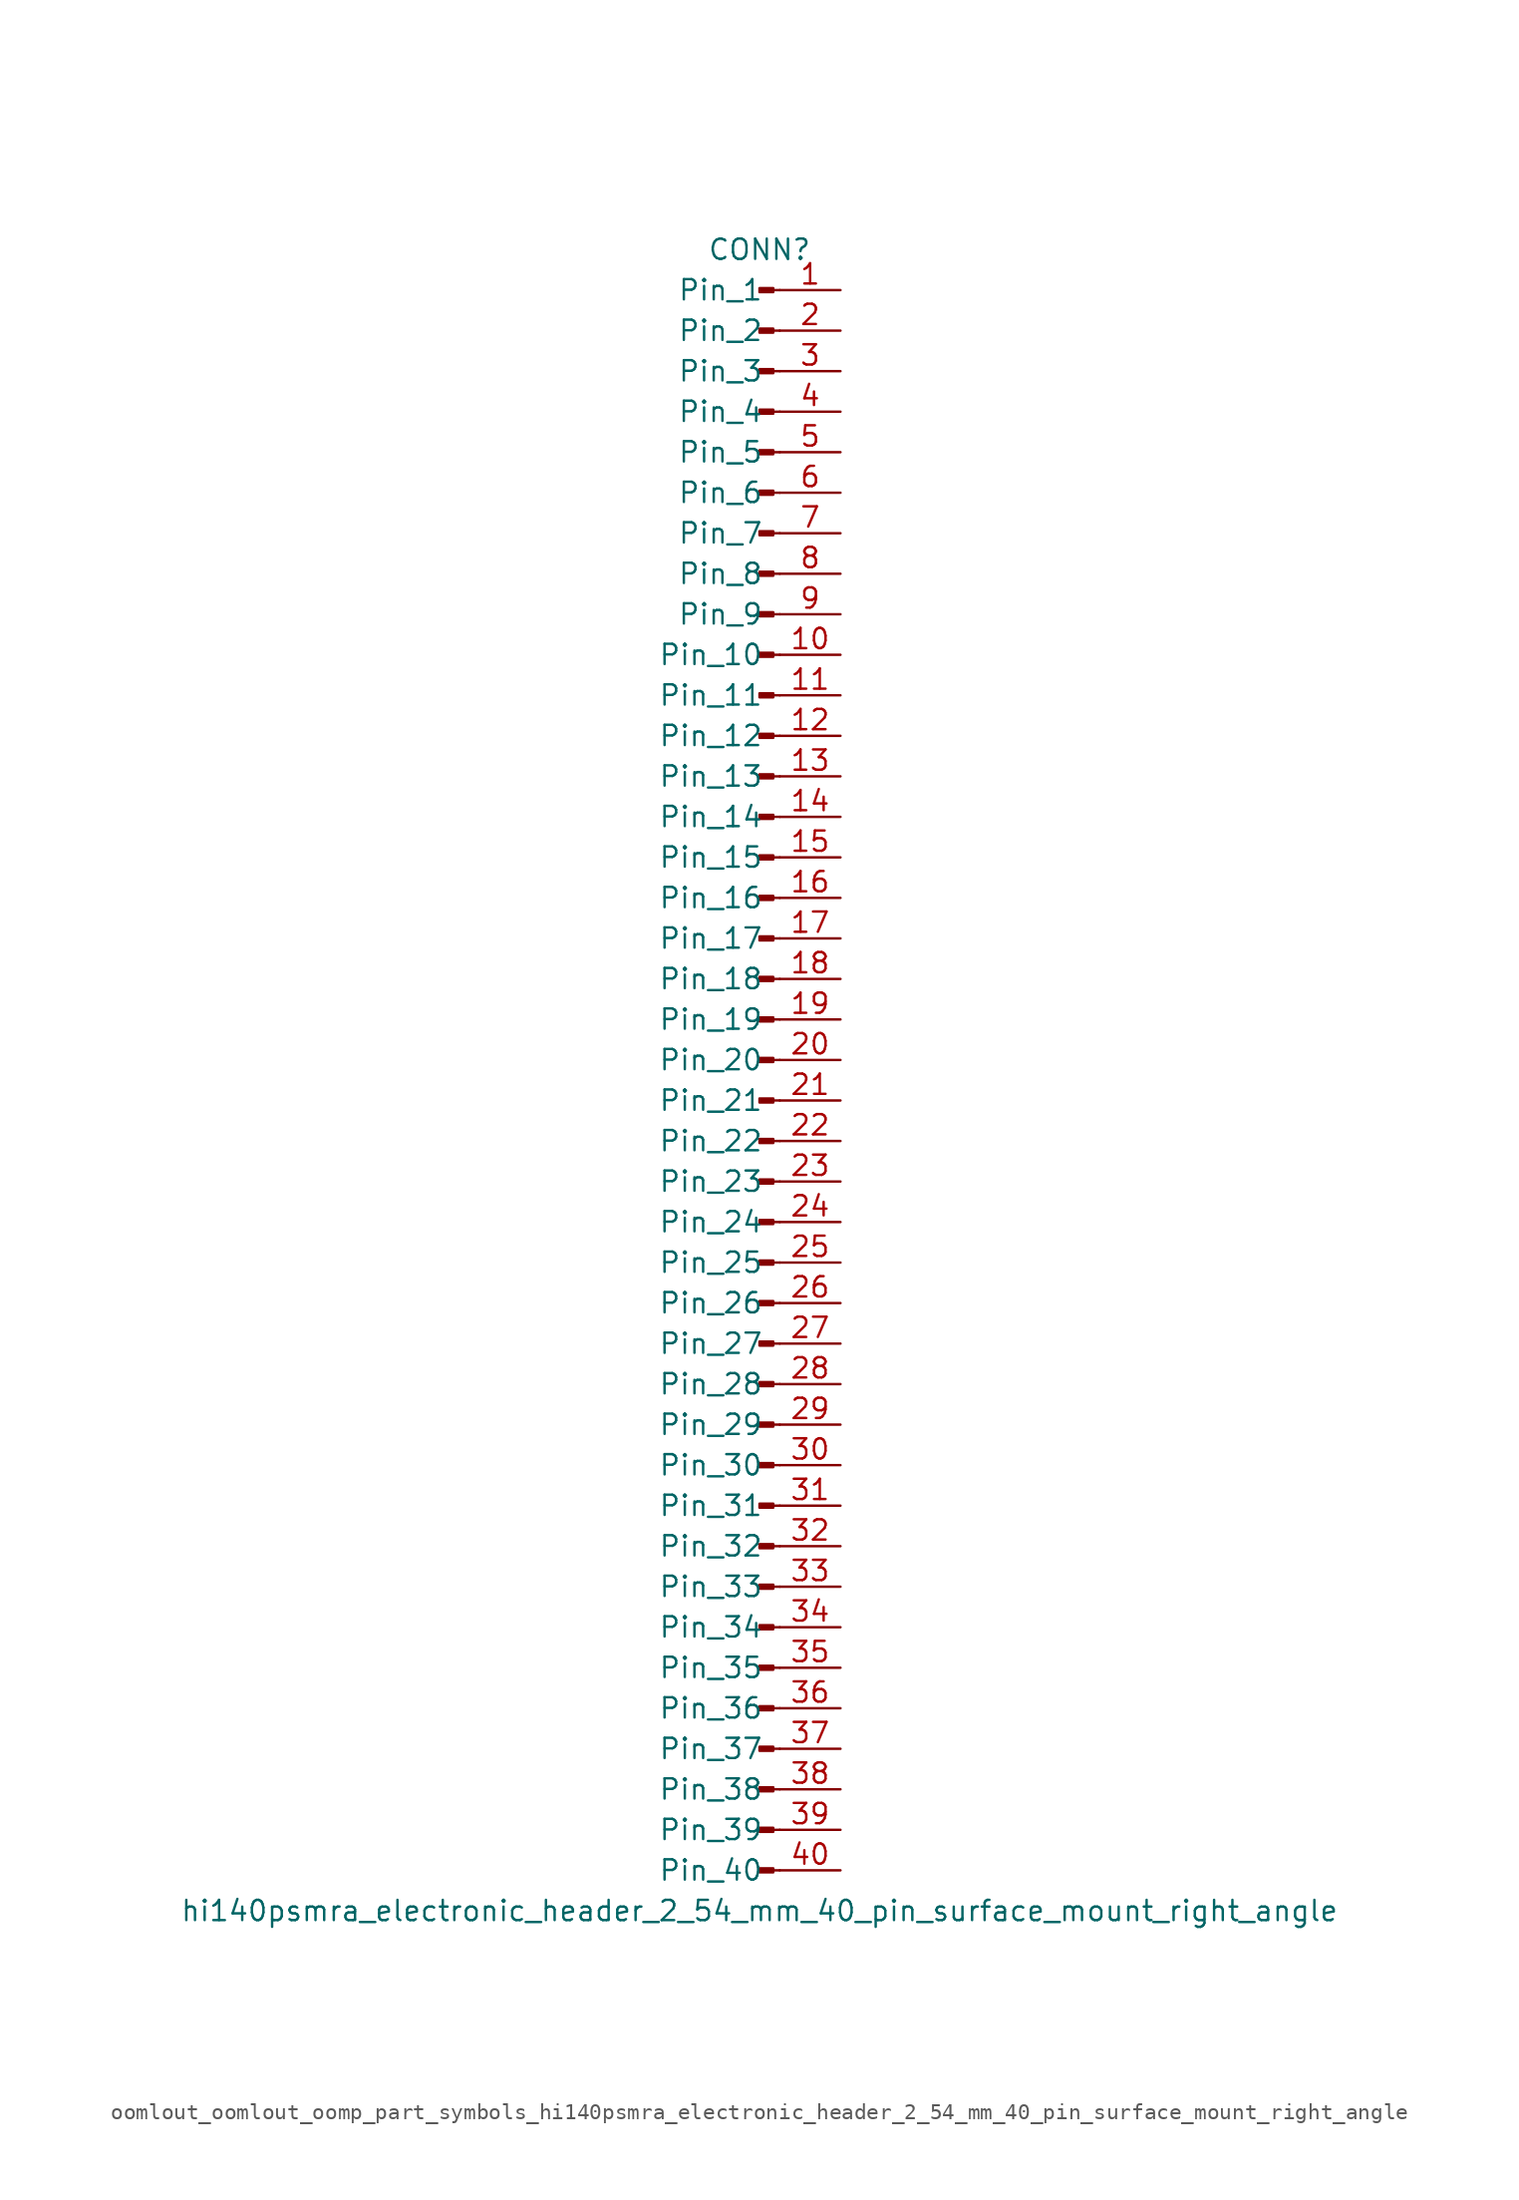
<source format=kicad_sym>
(kicad_symbol_lib
  (version 20220914)
  (generator kicad_symbol_editor)
  (symbol "oomlout_oomlout_oomp_part_symbols_hi140psmra_electronic_header_2_54_mm_40_pin_surface_mount_right_angle"
    (pin_names
      (offset 1.016))
    (property "Reference" "CONN"
      (at 0 50.8 0)
      (effects (font (size 1.27 1.27))))
    (property "Value" "hi140psmra_electronic_header_2_54_mm_40_pin_surface_mount_right_angle"
      (at 0 -53.34 0)
      (effects (font (size 1.27 1.27))))
    (property "ki_locked" ""
      (at 0 0 0)
      (effects (font (size 1.27 1.27))))
    (symbol "oomlout_oomlout_oomp_part_symbols_hi140psmra_electronic_header_2_54_mm_40_pin_surface_mount_right_angle_1_1"
      (polyline (pts (xy 1.27 -50.8) (xy 0.864 -50.8)) (stroke (width 0.152) (type default)) (fill (type none)))
      (polyline (pts (xy 1.27 -48.26) (xy 0.864 -48.26)) (stroke (width 0.152) (type default)) (fill (type none)))
      (polyline (pts (xy 1.27 -45.72) (xy 0.864 -45.72)) (stroke (width 0.152) (type default)) (fill (type none)))
      (polyline (pts (xy 1.27 -43.18) (xy 0.864 -43.18)) (stroke (width 0.152) (type default)) (fill (type none)))
      (polyline (pts (xy 1.27 -40.64) (xy 0.864 -40.64)) (stroke (width 0.152) (type default)) (fill (type none)))
      (polyline (pts (xy 1.27 -38.1) (xy 0.864 -38.1)) (stroke (width 0.152) (type default)) (fill (type none)))
      (polyline (pts (xy 1.27 -35.56) (xy 0.864 -35.56)) (stroke (width 0.152) (type default)) (fill (type none)))
      (polyline (pts (xy 1.27 -33.02) (xy 0.864 -33.02)) (stroke (width 0.152) (type default)) (fill (type none)))
      (polyline (pts (xy 1.27 -30.48) (xy 0.864 -30.48)) (stroke (width 0.152) (type default)) (fill (type none)))
      (polyline (pts (xy 1.27 -27.94) (xy 0.864 -27.94)) (stroke (width 0.152) (type default)) (fill (type none)))
      (polyline (pts (xy 1.27 -25.4) (xy 0.864 -25.4)) (stroke (width 0.152) (type default)) (fill (type none)))
      (polyline (pts (xy 1.27 -22.86) (xy 0.864 -22.86)) (stroke (width 0.152) (type default)) (fill (type none)))
      (polyline (pts (xy 1.27 -20.32) (xy 0.864 -20.32)) (stroke (width 0.152) (type default)) (fill (type none)))
      (polyline (pts (xy 1.27 -17.78) (xy 0.864 -17.78)) (stroke (width 0.152) (type default)) (fill (type none)))
      (polyline (pts (xy 1.27 -15.24) (xy 0.864 -15.24)) (stroke (width 0.152) (type default)) (fill (type none)))
      (polyline (pts (xy 1.27 -12.7) (xy 0.864 -12.7)) (stroke (width 0.152) (type default)) (fill (type none)))
      (polyline (pts (xy 1.27 -10.16) (xy 0.864 -10.16)) (stroke (width 0.152) (type default)) (fill (type none)))
      (polyline (pts (xy 1.27 -7.62) (xy 0.864 -7.62)) (stroke (width 0.152) (type default)) (fill (type none)))
      (polyline (pts (xy 1.27 -5.08) (xy 0.864 -5.08)) (stroke (width 0.152) (type default)) (fill (type none)))
      (polyline (pts (xy 1.27 -2.54) (xy 0.864 -2.54)) (stroke (width 0.152) (type default)) (fill (type none)))
      (polyline (pts (xy 1.27 0) (xy 0.864 0)) (stroke (width 0.152) (type default)) (fill (type none)))
      (polyline (pts (xy 1.27 2.54) (xy 0.864 2.54)) (stroke (width 0.152) (type default)) (fill (type none)))
      (polyline (pts (xy 1.27 5.08) (xy 0.864 5.08)) (stroke (width 0.152) (type default)) (fill (type none)))
      (polyline (pts (xy 1.27 7.62) (xy 0.864 7.62)) (stroke (width 0.152) (type default)) (fill (type none)))
      (polyline (pts (xy 1.27 10.16) (xy 0.864 10.16)) (stroke (width 0.152) (type default)) (fill (type none)))
      (polyline (pts (xy 1.27 12.7) (xy 0.864 12.7)) (stroke (width 0.152) (type default)) (fill (type none)))
      (polyline (pts (xy 1.27 15.24) (xy 0.864 15.24)) (stroke (width 0.152) (type default)) (fill (type none)))
      (polyline (pts (xy 1.27 17.78) (xy 0.864 17.78)) (stroke (width 0.152) (type default)) (fill (type none)))
      (polyline (pts (xy 1.27 20.32) (xy 0.864 20.32)) (stroke (width 0.152) (type default)) (fill (type none)))
      (polyline (pts (xy 1.27 22.86) (xy 0.864 22.86)) (stroke (width 0.152) (type default)) (fill (type none)))
      (polyline (pts (xy 1.27 25.4) (xy 0.864 25.4)) (stroke (width 0.152) (type default)) (fill (type none)))
      (polyline (pts (xy 1.27 27.94) (xy 0.864 27.94)) (stroke (width 0.152) (type default)) (fill (type none)))
      (polyline (pts (xy 1.27 30.48) (xy 0.864 30.48)) (stroke (width 0.152) (type default)) (fill (type none)))
      (polyline (pts (xy 1.27 33.02) (xy 0.864 33.02)) (stroke (width 0.152) (type default)) (fill (type none)))
      (polyline (pts (xy 1.27 35.56) (xy 0.864 35.56)) (stroke (width 0.152) (type default)) (fill (type none)))
      (polyline (pts (xy 1.27 38.1) (xy 0.864 38.1)) (stroke (width 0.152) (type default)) (fill (type none)))
      (polyline (pts (xy 1.27 40.64) (xy 0.864 40.64)) (stroke (width 0.152) (type default)) (fill (type none)))
      (polyline (pts (xy 1.27 43.18) (xy 0.864 43.18)) (stroke (width 0.152) (type default)) (fill (type none)))
      (polyline (pts (xy 1.27 45.72) (xy 0.864 45.72)) (stroke (width 0.152) (type default)) (fill (type none)))
      (polyline (pts (xy 1.27 48.26) (xy 0.864 48.26)) (stroke (width 0.152) (type default)) (fill (type none)))
      (rectangle (start 0.864 -50.673) (end 0 -50.927) (stroke (width 0.152) (type default)) (fill (type outline)))
      (rectangle (start 0.864 -48.133) (end 0 -48.387) (stroke (width 0.152) (type default)) (fill (type outline)))
      (rectangle (start 0.864 -45.593) (end 0 -45.847) (stroke (width 0.152) (type default)) (fill (type outline)))
      (rectangle (start 0.864 -43.053) (end 0 -43.307) (stroke (width 0.152) (type default)) (fill (type outline)))
      (rectangle (start 0.864 -40.513) (end 0 -40.767) (stroke (width 0.152) (type default)) (fill (type outline)))
      (rectangle (start 0.864 -37.973) (end 0 -38.227) (stroke (width 0.152) (type default)) (fill (type outline)))
      (rectangle (start 0.864 -35.433) (end 0 -35.687) (stroke (width 0.152) (type default)) (fill (type outline)))
      (rectangle (start 0.864 -32.893) (end 0 -33.147) (stroke (width 0.152) (type default)) (fill (type outline)))
      (rectangle (start 0.864 -30.353) (end 0 -30.607) (stroke (width 0.152) (type default)) (fill (type outline)))
      (rectangle (start 0.864 -27.813) (end 0 -28.067) (stroke (width 0.152) (type default)) (fill (type outline)))
      (rectangle (start 0.864 -25.273) (end 0 -25.527) (stroke (width 0.152) (type default)) (fill (type outline)))
      (rectangle (start 0.864 -22.733) (end 0 -22.987) (stroke (width 0.152) (type default)) (fill (type outline)))
      (rectangle (start 0.864 -20.193) (end 0 -20.447) (stroke (width 0.152) (type default)) (fill (type outline)))
      (rectangle (start 0.864 -17.653) (end 0 -17.907) (stroke (width 0.152) (type default)) (fill (type outline)))
      (rectangle (start 0.864 -15.113) (end 0 -15.367) (stroke (width 0.152) (type default)) (fill (type outline)))
      (rectangle (start 0.864 -12.573) (end 0 -12.827) (stroke (width 0.152) (type default)) (fill (type outline)))
      (rectangle (start 0.864 -10.033) (end 0 -10.287) (stroke (width 0.152) (type default)) (fill (type outline)))
      (rectangle (start 0.864 -7.493) (end 0 -7.747) (stroke (width 0.152) (type default)) (fill (type outline)))
      (rectangle (start 0.864 -4.953) (end 0 -5.207) (stroke (width 0.152) (type default)) (fill (type outline)))
      (rectangle (start 0.864 -2.413) (end 0 -2.667) (stroke (width 0.152) (type default)) (fill (type outline)))
      (rectangle (start 0.864 0.127) (end 0 -0.127) (stroke (width 0.152) (type default)) (fill (type outline)))
      (rectangle (start 0.864 2.667) (end 0 2.413) (stroke (width 0.152) (type default)) (fill (type outline)))
      (rectangle (start 0.864 5.207) (end 0 4.953) (stroke (width 0.152) (type default)) (fill (type outline)))
      (rectangle (start 0.864 7.747) (end 0 7.493) (stroke (width 0.152) (type default)) (fill (type outline)))
      (rectangle (start 0.864 10.287) (end 0 10.033) (stroke (width 0.152) (type default)) (fill (type outline)))
      (rectangle (start 0.864 12.827) (end 0 12.573) (stroke (width 0.152) (type default)) (fill (type outline)))
      (rectangle (start 0.864 15.367) (end 0 15.113) (stroke (width 0.152) (type default)) (fill (type outline)))
      (rectangle (start 0.864 17.907) (end 0 17.653) (stroke (width 0.152) (type default)) (fill (type outline)))
      (rectangle (start 0.864 20.447) (end 0 20.193) (stroke (width 0.152) (type default)) (fill (type outline)))
      (rectangle (start 0.864 22.987) (end 0 22.733) (stroke (width 0.152) (type default)) (fill (type outline)))
      (rectangle (start 0.864 25.527) (end 0 25.273) (stroke (width 0.152) (type default)) (fill (type outline)))
      (rectangle (start 0.864 28.067) (end 0 27.813) (stroke (width 0.152) (type default)) (fill (type outline)))
      (rectangle (start 0.864 30.607) (end 0 30.353) (stroke (width 0.152) (type default)) (fill (type outline)))
      (rectangle (start 0.864 33.147) (end 0 32.893) (stroke (width 0.152) (type default)) (fill (type outline)))
      (rectangle (start 0.864 35.687) (end 0 35.433) (stroke (width 0.152) (type default)) (fill (type outline)))
      (rectangle (start 0.864 38.227) (end 0 37.973) (stroke (width 0.152) (type default)) (fill (type outline)))
      (rectangle (start 0.864 40.767) (end 0 40.513) (stroke (width 0.152) (type default)) (fill (type outline)))
      (rectangle (start 0.864 43.307) (end 0 43.053) (stroke (width 0.152) (type default)) (fill (type outline)))
      (rectangle (start 0.864 45.847) (end 0 45.593) (stroke (width 0.152) (type default)) (fill (type outline)))
      (rectangle (start 0.864 48.387) (end 0 48.133) (stroke (width 0.152) (type default)) (fill (type outline)))
      (pin passive line (at 5.08 48.26 180) (length 3.81) (name "Pin_1" (effects (font (size 1.27 1.27)))) (number "1" (effects (font (size 1.27 1.27)))))
      (pin passive line (at 5.08 25.4 180) (length 3.81) (name "Pin_10" (effects (font (size 1.27 1.27)))) (number "10" (effects (font (size 1.27 1.27)))))
      (pin passive line (at 5.08 22.86 180) (length 3.81) (name "Pin_11" (effects (font (size 1.27 1.27)))) (number "11" (effects (font (size 1.27 1.27)))))
      (pin passive line (at 5.08 20.32 180) (length 3.81) (name "Pin_12" (effects (font (size 1.27 1.27)))) (number "12" (effects (font (size 1.27 1.27)))))
      (pin passive line (at 5.08 17.78 180) (length 3.81) (name "Pin_13" (effects (font (size 1.27 1.27)))) (number "13" (effects (font (size 1.27 1.27)))))
      (pin passive line (at 5.08 15.24 180) (length 3.81) (name "Pin_14" (effects (font (size 1.27 1.27)))) (number "14" (effects (font (size 1.27 1.27)))))
      (pin passive line (at 5.08 12.7 180) (length 3.81) (name "Pin_15" (effects (font (size 1.27 1.27)))) (number "15" (effects (font (size 1.27 1.27)))))
      (pin passive line (at 5.08 10.16 180) (length 3.81) (name "Pin_16" (effects (font (size 1.27 1.27)))) (number "16" (effects (font (size 1.27 1.27)))))
      (pin passive line (at 5.08 7.62 180) (length 3.81) (name "Pin_17" (effects (font (size 1.27 1.27)))) (number "17" (effects (font (size 1.27 1.27)))))
      (pin passive line (at 5.08 5.08 180) (length 3.81) (name "Pin_18" (effects (font (size 1.27 1.27)))) (number "18" (effects (font (size 1.27 1.27)))))
      (pin passive line (at 5.08 2.54 180) (length 3.81) (name "Pin_19" (effects (font (size 1.27 1.27)))) (number "19" (effects (font (size 1.27 1.27)))))
      (pin passive line (at 5.08 45.72 180) (length 3.81) (name "Pin_2" (effects (font (size 1.27 1.27)))) (number "2" (effects (font (size 1.27 1.27)))))
      (pin passive line (at 5.08 0 180) (length 3.81) (name "Pin_20" (effects (font (size 1.27 1.27)))) (number "20" (effects (font (size 1.27 1.27)))))
      (pin passive line (at 5.08 -2.54 180) (length 3.81) (name "Pin_21" (effects (font (size 1.27 1.27)))) (number "21" (effects (font (size 1.27 1.27)))))
      (pin passive line (at 5.08 -5.08 180) (length 3.81) (name "Pin_22" (effects (font (size 1.27 1.27)))) (number "22" (effects (font (size 1.27 1.27)))))
      (pin passive line (at 5.08 -7.62 180) (length 3.81) (name "Pin_23" (effects (font (size 1.27 1.27)))) (number "23" (effects (font (size 1.27 1.27)))))
      (pin passive line (at 5.08 -10.16 180) (length 3.81) (name "Pin_24" (effects (font (size 1.27 1.27)))) (number "24" (effects (font (size 1.27 1.27)))))
      (pin passive line (at 5.08 -12.7 180) (length 3.81) (name "Pin_25" (effects (font (size 1.27 1.27)))) (number "25" (effects (font (size 1.27 1.27)))))
      (pin passive line (at 5.08 -15.24 180) (length 3.81) (name "Pin_26" (effects (font (size 1.27 1.27)))) (number "26" (effects (font (size 1.27 1.27)))))
      (pin passive line (at 5.08 -17.78 180) (length 3.81) (name "Pin_27" (effects (font (size 1.27 1.27)))) (number "27" (effects (font (size 1.27 1.27)))))
      (pin passive line (at 5.08 -20.32 180) (length 3.81) (name "Pin_28" (effects (font (size 1.27 1.27)))) (number "28" (effects (font (size 1.27 1.27)))))
      (pin passive line (at 5.08 -22.86 180) (length 3.81) (name "Pin_29" (effects (font (size 1.27 1.27)))) (number "29" (effects (font (size 1.27 1.27)))))
      (pin passive line (at 5.08 43.18 180) (length 3.81) (name "Pin_3" (effects (font (size 1.27 1.27)))) (number "3" (effects (font (size 1.27 1.27)))))
      (pin passive line (at 5.08 -25.4 180) (length 3.81) (name "Pin_30" (effects (font (size 1.27 1.27)))) (number "30" (effects (font (size 1.27 1.27)))))
      (pin passive line (at 5.08 -27.94 180) (length 3.81) (name "Pin_31" (effects (font (size 1.27 1.27)))) (number "31" (effects (font (size 1.27 1.27)))))
      (pin passive line (at 5.08 -30.48 180) (length 3.81) (name "Pin_32" (effects (font (size 1.27 1.27)))) (number "32" (effects (font (size 1.27 1.27)))))
      (pin passive line (at 5.08 -33.02 180) (length 3.81) (name "Pin_33" (effects (font (size 1.27 1.27)))) (number "33" (effects (font (size 1.27 1.27)))))
      (pin passive line (at 5.08 -35.56 180) (length 3.81) (name "Pin_34" (effects (font (size 1.27 1.27)))) (number "34" (effects (font (size 1.27 1.27)))))
      (pin passive line (at 5.08 -38.1 180) (length 3.81) (name "Pin_35" (effects (font (size 1.27 1.27)))) (number "35" (effects (font (size 1.27 1.27)))))
      (pin passive line (at 5.08 -40.64 180) (length 3.81) (name "Pin_36" (effects (font (size 1.27 1.27)))) (number "36" (effects (font (size 1.27 1.27)))))
      (pin passive line (at 5.08 -43.18 180) (length 3.81) (name "Pin_37" (effects (font (size 1.27 1.27)))) (number "37" (effects (font (size 1.27 1.27)))))
      (pin passive line (at 5.08 -45.72 180) (length 3.81) (name "Pin_38" (effects (font (size 1.27 1.27)))) (number "38" (effects (font (size 1.27 1.27)))))
      (pin passive line (at 5.08 -48.26 180) (length 3.81) (name "Pin_39" (effects (font (size 1.27 1.27)))) (number "39" (effects (font (size 1.27 1.27)))))
      (pin passive line (at 5.08 40.64 180) (length 3.81) (name "Pin_4" (effects (font (size 1.27 1.27)))) (number "4" (effects (font (size 1.27 1.27)))))
      (pin passive line (at 5.08 -50.8 180) (length 3.81) (name "Pin_40" (effects (font (size 1.27 1.27)))) (number "40" (effects (font (size 1.27 1.27)))))
      (pin passive line (at 5.08 38.1 180) (length 3.81) (name "Pin_5" (effects (font (size 1.27 1.27)))) (number "5" (effects (font (size 1.27 1.27)))))
      (pin passive line (at 5.08 35.56 180) (length 3.81) (name "Pin_6" (effects (font (size 1.27 1.27)))) (number "6" (effects (font (size 1.27 1.27)))))
      (pin passive line (at 5.08 33.02 180) (length 3.81) (name "Pin_7" (effects (font (size 1.27 1.27)))) (number "7" (effects (font (size 1.27 1.27)))))
      (pin passive line (at 5.08 30.48 180) (length 3.81) (name "Pin_8" (effects (font (size 1.27 1.27)))) (number "8" (effects (font (size 1.27 1.27)))))
      (pin passive line (at 5.08 27.94 180) (length 3.81) (name "Pin_9" (effects (font (size 1.27 1.27)))) (number "9" (effects (font (size 1.27 1.27))))))))
</source>
